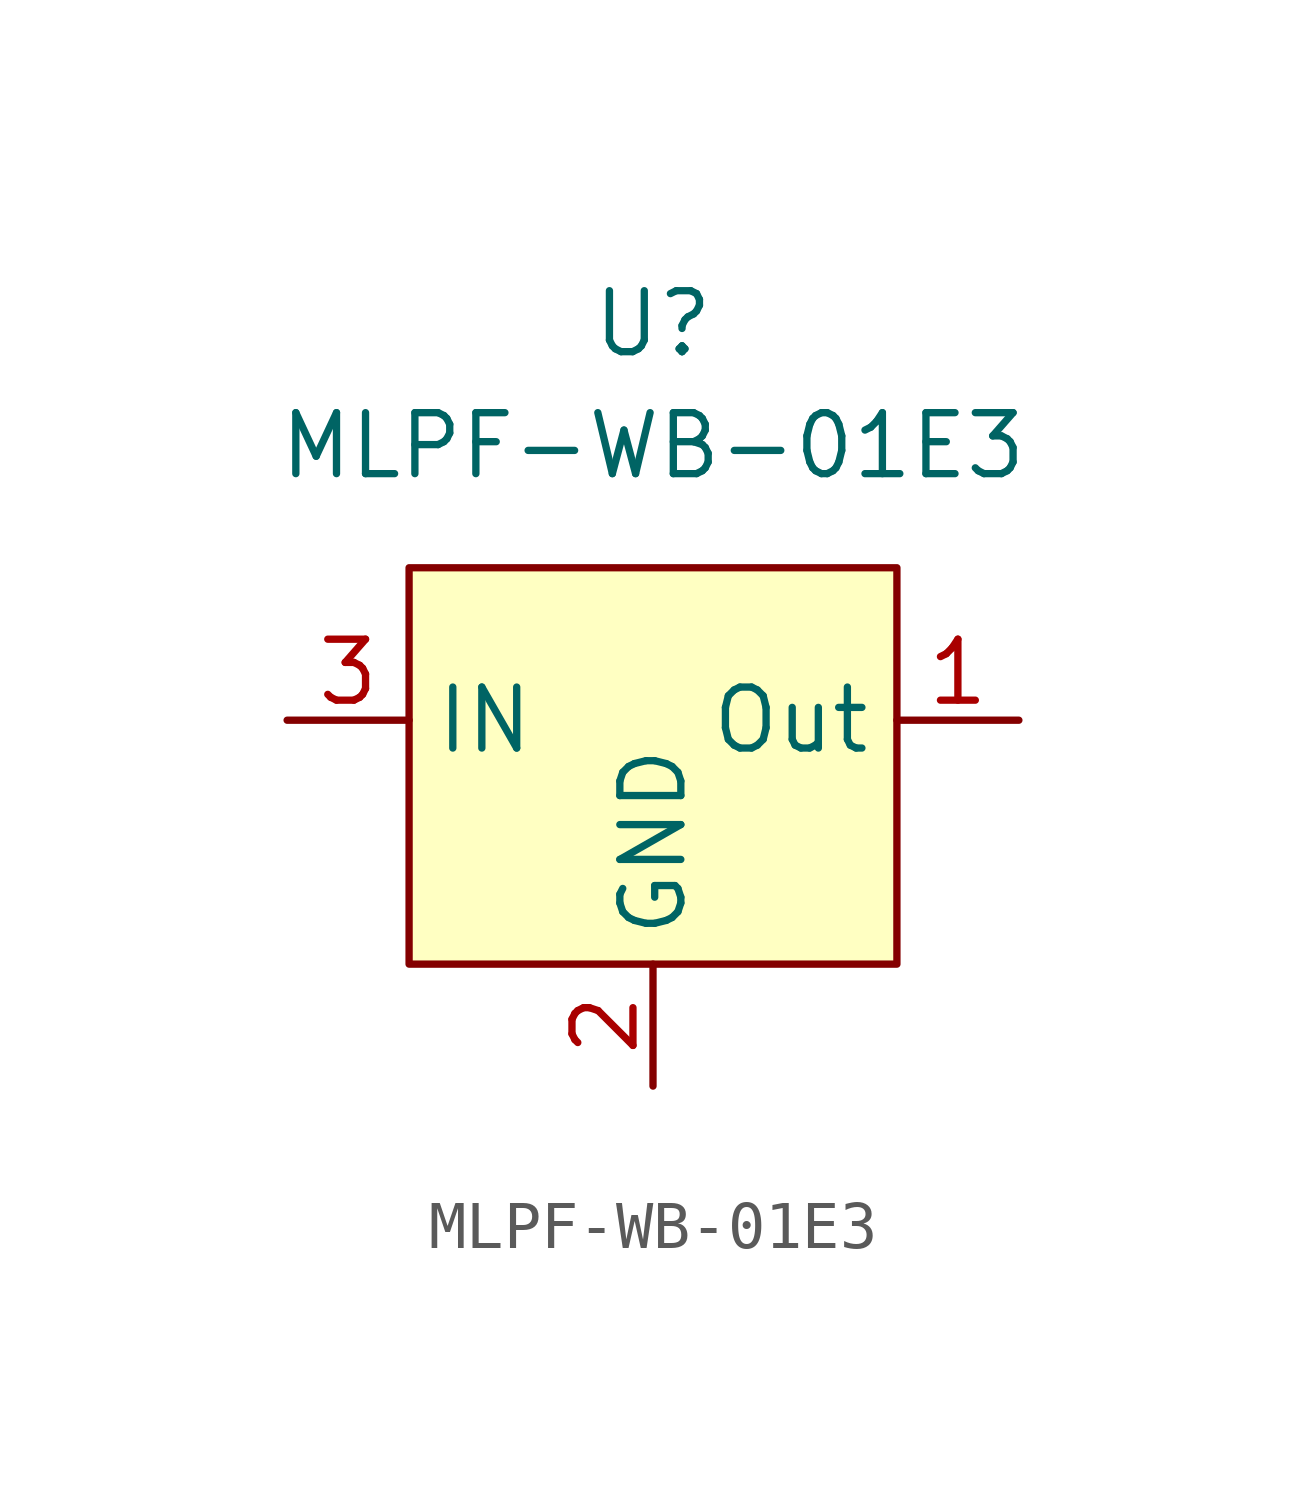
<source format=kicad_sym>
(kicad_symbol_lib
  (version 20211014)
  (generator kicad_symbol_editor)
  (symbol "MLPF-WB-01E3"
    (property "Reference" "U"
      (at 0 10.795 0)
      (effects (font (size 1.27 1.27))))
    (property "Value" "MLPF-WB-01E3"
      (at 0 8.255 0)
      (effects (font (size 1.27 1.27))))
    (symbol "MLPF-WB-01E3_0_0"
      (pin output line (at 7.62 2.54 180) (length 2.54) (name "Out" (effects (font (size 1.27 1.27)))) (number "1" (effects (font (size 1.27 1.27)))))
      (pin power_in line (at 0 -5.08 90) (length 2.54) (name "GND" (effects (font (size 1.27 1.27)))) (number "2" (effects (font (size 1.27 1.27)))))
      (pin input line (at -7.62 2.54 0) (length 2.54) (name "IN" (effects (font (size 1.27 1.27)))) (number "3" (effects (font (size 1.27 1.27)))))
      (pin power_in line (at 0 -5.08 90) (length 2.54) hide (name "GND" (effects (font (size 1.27 1.27)))) (number "4" (effects (font (size 1.27 1.27)))))
      (pin power_in line (at 0 -5.08 90) (length 2.54) hide (name "GND" (effects (font (size 1.27 1.27)))) (number "5" (effects (font (size 1.27 1.27)))))
      (pin power_in line (at 0 -5.08 90) (length 2.54) hide (name "GND" (effects (font (size 1.27 1.27)))) (number "6" (effects (font (size 1.27 1.27))))))
    (symbol "MLPF-WB-01E3_0_1"
      (rectangle (start -5.08 5.715) (end 5.08 -2.54) (stroke (width 0) (type default) (color 0 0 0 0)) (fill (type background))))))
</source>
